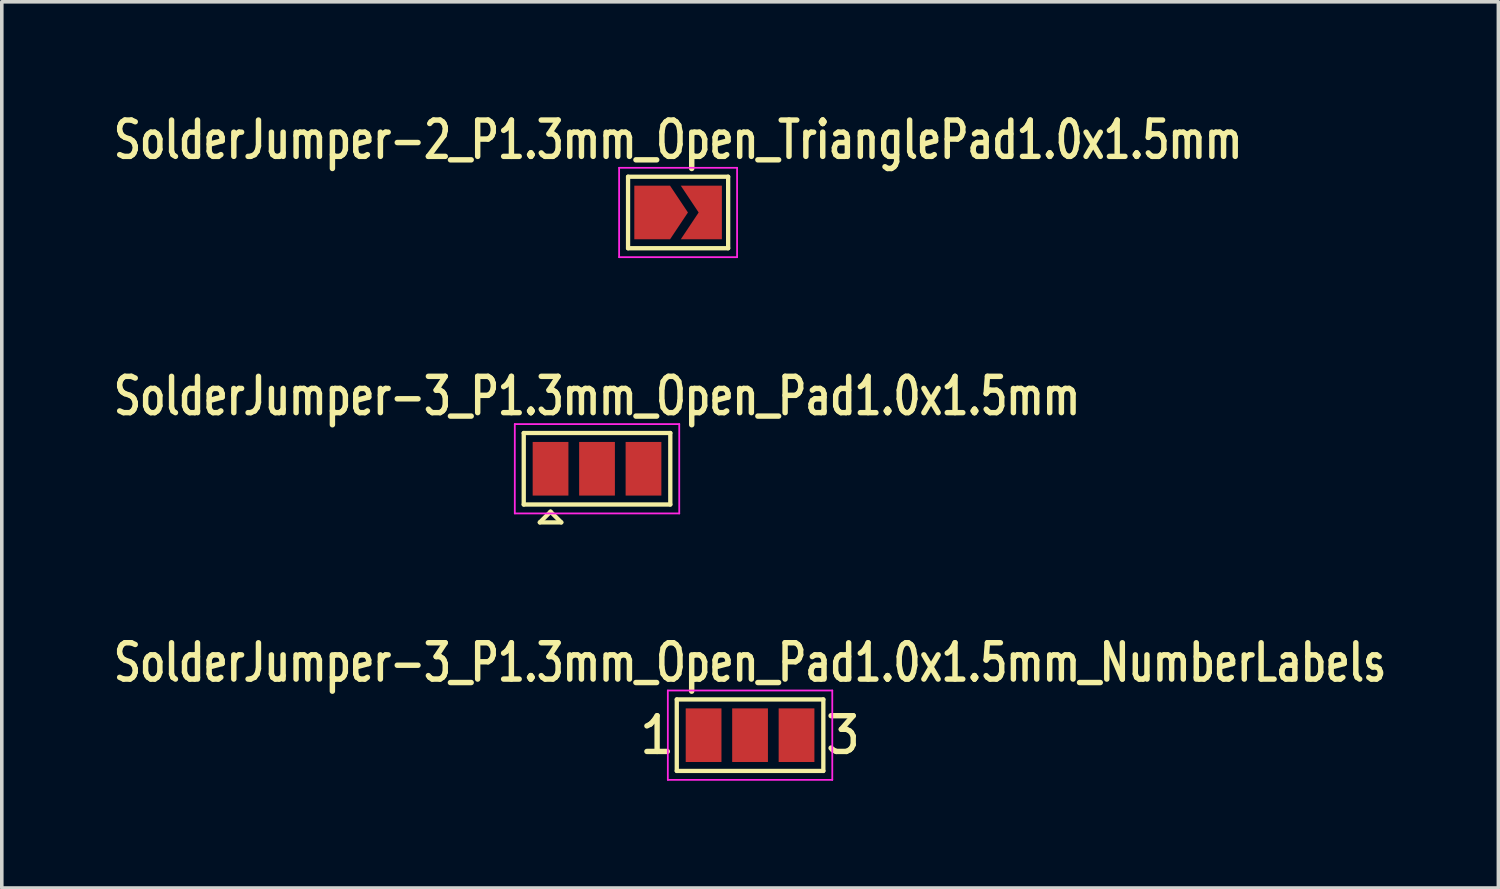
<source format=kicad_pcb>
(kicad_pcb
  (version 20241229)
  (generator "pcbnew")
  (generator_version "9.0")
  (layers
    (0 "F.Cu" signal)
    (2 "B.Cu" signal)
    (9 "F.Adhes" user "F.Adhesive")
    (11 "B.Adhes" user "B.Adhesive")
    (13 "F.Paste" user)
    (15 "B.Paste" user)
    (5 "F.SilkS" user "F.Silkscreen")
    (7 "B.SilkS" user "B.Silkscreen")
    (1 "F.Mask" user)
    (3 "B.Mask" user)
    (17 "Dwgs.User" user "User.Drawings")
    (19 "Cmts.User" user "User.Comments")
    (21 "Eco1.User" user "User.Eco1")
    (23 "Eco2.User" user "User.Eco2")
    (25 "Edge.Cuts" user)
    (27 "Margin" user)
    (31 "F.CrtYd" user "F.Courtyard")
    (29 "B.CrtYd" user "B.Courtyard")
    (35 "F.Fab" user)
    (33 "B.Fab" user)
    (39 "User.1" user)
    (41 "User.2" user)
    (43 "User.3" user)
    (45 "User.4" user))
  (footprint "SolderJumper-2_P1.3mm_Open_TrianglePad1.0x1.5mm"
    (layer "F.Cu")
    (at 15.919 2.894)
    (property "Reference" "SolderJumper-2_P1.3mm_Open_TrianglePad1.0x1.5mm" (at 0 -2.032 0) (layer "F.SilkS") (effects (font (size 1.016 0.762) (thickness 0.152))))
    (attr exclude_from_pos_files exclude_from_bom)
    (fp_line (start -1.4 -1) (end 1.4 -1) (stroke (width 0.12) (type solid)) (layer "F.SilkS"))
    (fp_line (start -1.4 1) (end -1.4 -1) (stroke (width 0.12) (type solid)) (layer "F.SilkS"))
    (fp_line (start 1.4 -1) (end 1.4 1) (stroke (width 0.12) (type solid)) (layer "F.SilkS"))
    (fp_line (start 1.4 1) (end -1.4 1) (stroke (width 0.12) (type solid)) (layer "F.SilkS"))
    (fp_line (start -1.65 -1.25) (end -1.65 1.25) (stroke (width 0.05) (type solid)) (layer "F.CrtYd"))
    (fp_line (start -1.65 -1.25) (end 1.65 -1.25) (stroke (width 0.05) (type solid)) (layer "F.CrtYd"))
    (fp_line (start 1.65 1.25) (end -1.65 1.25) (stroke (width 0.05) (type solid)) (layer "F.CrtYd"))
    (fp_line (start 1.65 1.25) (end 1.65 -1.25) (stroke (width 0.05) (type solid)) (layer "F.CrtYd"))
    (pad "1" smd custom (at -0.725 0) (size 0.3 0.3) (layers "F.Cu" "F.Mask") (options (anchor rect)) (primitives (gr_poly (pts (xy -0.5 -0.75) (xy 0.5 -0.75) (xy 1 0) (xy 0.5 0.75) (xy -0.5 0.75)) (width 0) (fill yes))))
    (pad "2" smd custom (at 0.725 0) (size 0.3 0.3) (layers "F.Cu" "F.Mask") (options (anchor rect)) (primitives (gr_poly (pts (xy -0.65 -0.75) (xy 0.5 -0.75) (xy 0.5 0.75) (xy -0.65 0.75) (xy -0.15 0)) (width 0) (fill yes)))))
  (footprint "SolderJumper-3_P1.3mm_Open_Pad1.0x1.5mm_NumberLabels"
    (layer "F.Cu")
    (at 17.932 17.516)
    (property "Reference" "SolderJumper-3_P1.3mm_Open_Pad1.0x1.5mm_NumberLabels" (at 0 -2.032 0) (layer "F.SilkS") (effects (font (size 1.016 0.762) (thickness 0.152))))
    (attr exclude_from_pos_files exclude_from_bom)
    (fp_line (start -2.05 -1) (end 2.05 -1) (stroke (width 0.12) (type solid)) (layer "F.SilkS"))
    (fp_line (start -2.05 1) (end -2.05 -1) (stroke (width 0.12) (type solid)) (layer "F.SilkS"))
    (fp_line (start 2.05 -1) (end 2.05 1) (stroke (width 0.12) (type solid)) (layer "F.SilkS"))
    (fp_line (start 2.05 1) (end -2.05 1) (stroke (width 0.12) (type solid)) (layer "F.SilkS"))
    (fp_line (start -2.3 -1.25) (end -2.3 1.25) (stroke (width 0.05) (type solid)) (layer "F.CrtYd"))
    (fp_line (start -2.3 -1.25) (end 2.3 -1.25) (stroke (width 0.05) (type solid)) (layer "F.CrtYd"))
    (fp_line (start 2.3 1.25) (end -2.3 1.25) (stroke (width 0.05) (type solid)) (layer "F.CrtYd"))
    (fp_line (start 2.3 1.25) (end 2.3 -1.25) (stroke (width 0.05) (type solid)) (layer "F.CrtYd"))
    (fp_text user "1" (at -2.6 0 0) (layer "F.SilkS") (effects (font (size 1 1) (thickness 0.15))))
    (fp_text user "3" (at 2.6 0 0) (layer "F.SilkS") (effects (font (size 1 1) (thickness 0.15))))
    (pad "1" smd rect (at -1.3 0) (size 1 1.5) (layers "F.Cu" "F.Mask"))
    (pad "2" smd rect (at 0 0) (size 1 1.5) (layers "F.Cu" "F.Mask"))
    (pad "3" smd rect (at 1.3 0) (size 1 1.5) (layers "F.Cu" "F.Mask")))
  (footprint "SolderJumper-3_P1.3mm_Open_Pad1.0x1.5mm"
    (layer "F.Cu")
    (at 13.651 10.063)
    (property "Reference" "SolderJumper-3_P1.3mm_Open_Pad1.0x1.5mm" (at 0 -2.032 0) (layer "F.SilkS") (effects (font (size 1.016 0.762) (thickness 0.152))))
    (attr exclude_from_pos_files exclude_from_bom)
    (fp_line (start -2.05 -1) (end 2.05 -1) (stroke (width 0.12) (type solid)) (layer "F.SilkS"))
    (fp_line (start -2.05 1) (end -2.05 -1) (stroke (width 0.12) (type solid)) (layer "F.SilkS"))
    (fp_line (start -1.6 1.5) (end -1 1.5) (stroke (width 0.12) (type solid)) (layer "F.SilkS"))
    (fp_line (start -1.3 1.2) (end -1.6 1.5) (stroke (width 0.12) (type solid)) (layer "F.SilkS"))
    (fp_line (start -1.3 1.2) (end -1 1.5) (stroke (width 0.12) (type solid)) (layer "F.SilkS"))
    (fp_line (start 2.05 -1) (end 2.05 1) (stroke (width 0.12) (type solid)) (layer "F.SilkS"))
    (fp_line (start 2.05 1) (end -2.05 1) (stroke (width 0.12) (type solid)) (layer "F.SilkS"))
    (fp_line (start -2.3 -1.25) (end -2.3 1.25) (stroke (width 0.05) (type solid)) (layer "F.CrtYd"))
    (fp_line (start -2.3 -1.25) (end 2.3 -1.25) (stroke (width 0.05) (type solid)) (layer "F.CrtYd"))
    (fp_line (start 2.3 1.25) (end -2.3 1.25) (stroke (width 0.05) (type solid)) (layer "F.CrtYd"))
    (fp_line (start 2.3 1.25) (end 2.3 -1.25) (stroke (width 0.05) (type solid)) (layer "F.CrtYd"))
    (pad "1" smd rect (at -1.3 0) (size 1 1.5) (layers "F.Cu" "F.Mask"))
    (pad "2" smd rect (at 0 0) (size 1 1.5) (layers "F.Cu" "F.Mask"))
    (pad "3" smd rect (at 1.3 0) (size 1 1.5) (layers "F.Cu" "F.Mask")))
  (gr_rect
    (start -3 -3)
    (end 38.865 21.791)
    (stroke (width 0.1) (type default))
    (fill no)
    (layer "Edge.Cuts")))
</source>
